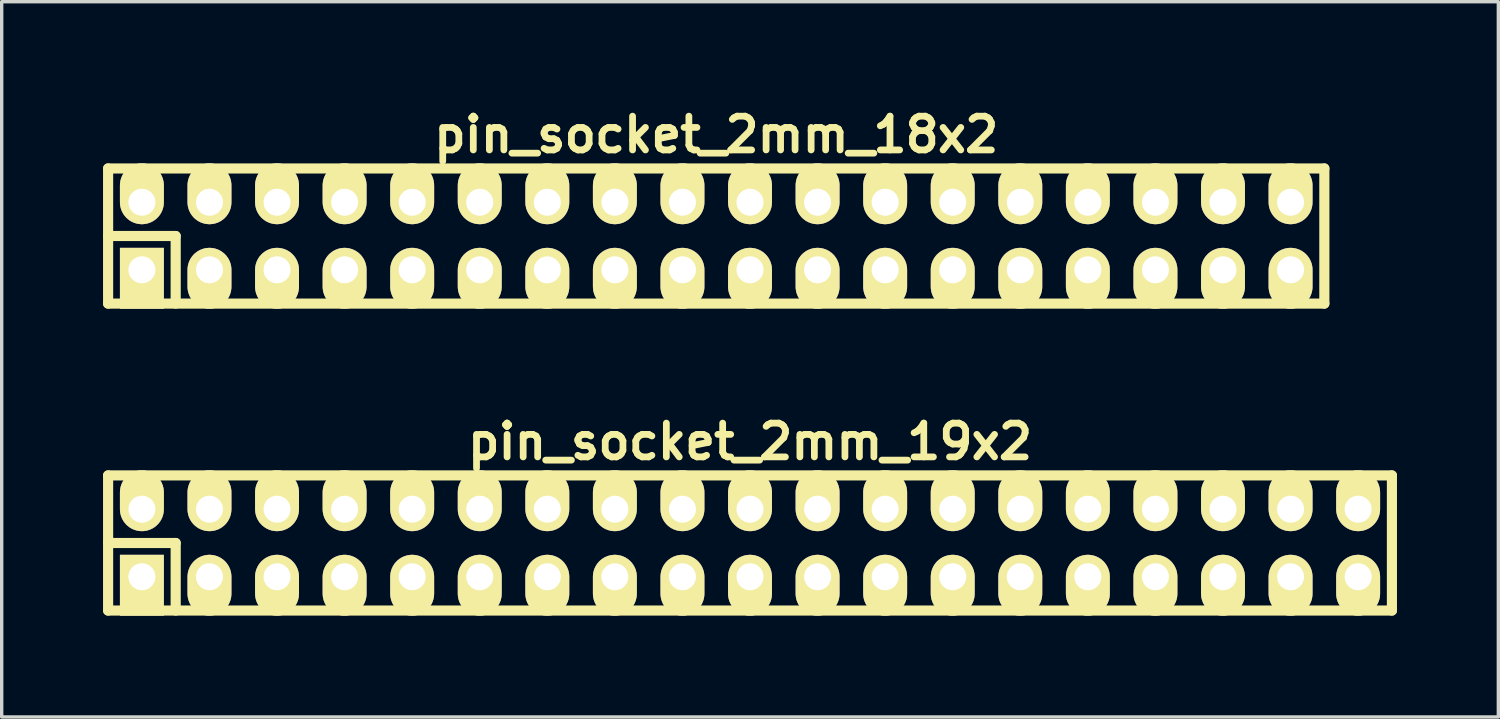
<source format=kicad_pcb>
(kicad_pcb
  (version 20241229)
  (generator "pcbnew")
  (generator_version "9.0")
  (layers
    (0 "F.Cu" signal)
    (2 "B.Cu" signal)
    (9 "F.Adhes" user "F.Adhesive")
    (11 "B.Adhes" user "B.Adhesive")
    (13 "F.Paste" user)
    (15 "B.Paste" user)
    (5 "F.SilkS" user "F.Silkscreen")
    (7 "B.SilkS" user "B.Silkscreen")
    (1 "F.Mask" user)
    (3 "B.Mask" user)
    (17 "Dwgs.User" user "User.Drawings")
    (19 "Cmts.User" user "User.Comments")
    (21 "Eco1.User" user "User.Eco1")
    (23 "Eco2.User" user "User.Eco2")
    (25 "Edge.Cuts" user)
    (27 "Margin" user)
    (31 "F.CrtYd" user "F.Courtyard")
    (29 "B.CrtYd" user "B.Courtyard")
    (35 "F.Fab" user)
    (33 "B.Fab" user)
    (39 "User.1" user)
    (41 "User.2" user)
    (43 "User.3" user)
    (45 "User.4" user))
  (footprint "pin_socket_2mm_19x2"
    (layer "F.Cu")
    (at 19.15 13.022)
    (property "Reference" "pin_socket_2mm_19x2" (at 0 -3 0) (layer "F.SilkS") (effects (font (size 1 1) (thickness 0.2))))
    (attr through_hole)
    (fp_line (start -19 -2) (end 19 -2) (stroke (width 0.3) (type solid)) (layer "F.SilkS"))
    (fp_line (start -19 0) (end -17 0) (stroke (width 0.3) (type solid)) (layer "F.SilkS"))
    (fp_line (start -19 2) (end -19 -2) (stroke (width 0.3) (type solid)) (layer "F.SilkS"))
    (fp_line (start -17 0) (end -17 2) (stroke (width 0.3) (type solid)) (layer "F.SilkS"))
    (fp_line (start 19 -2) (end 19 2) (stroke (width 0.3) (type solid)) (layer "F.SilkS"))
    (fp_line (start 19 2) (end -19 2) (stroke (width 0.3) (type solid)) (layer "F.SilkS"))
    (pad "1" thru_hole rect (at -18 1) (size 1.3 1.8) (drill 0.8 (offset 0 0.25)) (layers "*.Cu" "*.Mask" "F.SilkS"))
    (pad "2" thru_hole oval (at -18 -1) (size 1.3 1.8) (drill 0.8 (offset 0 -0.25)) (layers "*.Cu" "*.Mask" "F.SilkS"))
    (pad "3" thru_hole oval (at -16 1) (size 1.3 1.8) (drill 0.8 (offset 0 0.25)) (layers "*.Cu" "*.Mask" "F.SilkS"))
    (pad "4" thru_hole oval (at -16 -1) (size 1.3 1.8) (drill 0.8 (offset 0 -0.25)) (layers "*.Cu" "*.Mask" "F.SilkS"))
    (pad "5" thru_hole oval (at -14 1) (size 1.3 1.8) (drill 0.8 (offset 0 0.25)) (layers "*.Cu" "*.Mask" "F.SilkS"))
    (pad "6" thru_hole oval (at -14 -1) (size 1.3 1.8) (drill 0.8 (offset 0 -0.25)) (layers "*.Cu" "*.Mask" "F.SilkS"))
    (pad "7" thru_hole oval (at -12 1) (size 1.3 1.8) (drill 0.8 (offset 0 0.25)) (layers "*.Cu" "*.Mask" "F.SilkS"))
    (pad "8" thru_hole oval (at -12 -1) (size 1.3 1.8) (drill 0.8 (offset 0 -0.25)) (layers "*.Cu" "*.Mask" "F.SilkS"))
    (pad "9" thru_hole oval (at -10 1) (size 1.3 1.8) (drill 0.8 (offset 0 0.25)) (layers "*.Cu" "*.Mask" "F.SilkS"))
    (pad "10" thru_hole oval (at -10 -1) (size 1.3 1.8) (drill 0.8 (offset 0 -0.25)) (layers "*.Cu" "*.Mask" "F.SilkS"))
    (pad "11" thru_hole oval (at -8 1) (size 1.3 1.8) (drill 0.8 (offset 0 0.25)) (layers "*.Cu" "*.Mask" "F.SilkS"))
    (pad "12" thru_hole oval (at -8 -1) (size 1.3 1.8) (drill 0.8 (offset 0 -0.25)) (layers "*.Cu" "*.Mask" "F.SilkS"))
    (pad "13" thru_hole oval (at -6 1) (size 1.3 1.8) (drill 0.8 (offset 0 0.25)) (layers "*.Cu" "*.Mask" "F.SilkS"))
    (pad "14" thru_hole oval (at -6 -1) (size 1.3 1.8) (drill 0.8 (offset 0 -0.25)) (layers "*.Cu" "*.Mask" "F.SilkS"))
    (pad "15" thru_hole oval (at -4 1) (size 1.3 1.8) (drill 0.8 (offset 0 0.25)) (layers "*.Cu" "*.Mask" "F.SilkS"))
    (pad "16" thru_hole oval (at -4 -1) (size 1.3 1.8) (drill 0.8 (offset 0 -0.25)) (layers "*.Cu" "*.Mask" "F.SilkS"))
    (pad "17" thru_hole oval (at -2 1) (size 1.3 1.8) (drill 0.8 (offset 0 0.25)) (layers "*.Cu" "*.Mask" "F.SilkS"))
    (pad "18" thru_hole oval (at -2 -1) (size 1.3 1.8) (drill 0.8 (offset 0 -0.25)) (layers "*.Cu" "*.Mask" "F.SilkS"))
    (pad "19" thru_hole oval (at 0 1) (size 1.3 1.8) (drill 0.8 (offset 0 0.25)) (layers "*.Cu" "*.Mask" "F.SilkS"))
    (pad "20" thru_hole oval (at 0 -1) (size 1.3 1.8) (drill 0.8 (offset 0 -0.25)) (layers "*.Cu" "*.Mask" "F.SilkS"))
    (pad "21" thru_hole oval (at 2 1) (size 1.3 1.8) (drill 0.8 (offset 0 0.25)) (layers "*.Cu" "*.Mask" "F.SilkS"))
    (pad "22" thru_hole oval (at 2 -1) (size 1.3 1.8) (drill 0.8 (offset 0 -0.25)) (layers "*.Cu" "*.Mask" "F.SilkS"))
    (pad "23" thru_hole oval (at 4 1) (size 1.3 1.8) (drill 0.8 (offset 0 0.25)) (layers "*.Cu" "*.Mask" "F.SilkS"))
    (pad "24" thru_hole oval (at 4 -1) (size 1.3 1.8) (drill 0.8 (offset 0 -0.25)) (layers "*.Cu" "*.Mask" "F.SilkS"))
    (pad "25" thru_hole oval (at 6 1) (size 1.3 1.8) (drill 0.8 (offset 0 0.25)) (layers "*.Cu" "*.Mask" "F.SilkS"))
    (pad "26" thru_hole oval (at 6 -1) (size 1.3 1.8) (drill 0.8 (offset 0 -0.25)) (layers "*.Cu" "*.Mask" "F.SilkS"))
    (pad "27" thru_hole oval (at 8 1) (size 1.3 1.8) (drill 0.8 (offset 0 0.25)) (layers "*.Cu" "*.Mask" "F.SilkS"))
    (pad "28" thru_hole oval (at 8 -1) (size 1.3 1.8) (drill 0.8 (offset 0 -0.25)) (layers "*.Cu" "*.Mask" "F.SilkS"))
    (pad "29" thru_hole oval (at 10 1) (size 1.3 1.8) (drill 0.8 (offset 0 0.25)) (layers "*.Cu" "*.Mask" "F.SilkS"))
    (pad "30" thru_hole oval (at 10 -1) (size 1.3 1.8) (drill 0.8 (offset 0 -0.25)) (layers "*.Cu" "*.Mask" "F.SilkS"))
    (pad "31" thru_hole oval (at 12 1) (size 1.3 1.8) (drill 0.8 (offset 0 0.25)) (layers "*.Cu" "*.Mask" "F.SilkS"))
    (pad "32" thru_hole oval (at 12 -1) (size 1.3 1.8) (drill 0.8 (offset 0 -0.25)) (layers "*.Cu" "*.Mask" "F.SilkS"))
    (pad "33" thru_hole oval (at 14 1) (size 1.3 1.8) (drill 0.8 (offset 0 0.25)) (layers "*.Cu" "*.Mask" "F.SilkS"))
    (pad "34" thru_hole oval (at 14 -1) (size 1.3 1.8) (drill 0.8 (offset 0 -0.25)) (layers "*.Cu" "*.Mask" "F.SilkS"))
    (pad "35" thru_hole oval (at 16 1) (size 1.3 1.8) (drill 0.8 (offset 0 0.25)) (layers "*.Cu" "*.Mask" "F.SilkS"))
    (pad "36" thru_hole oval (at 16 -1) (size 1.3 1.8) (drill 0.8 (offset 0 -0.25)) (layers "*.Cu" "*.Mask" "F.SilkS"))
    (pad "37" thru_hole oval (at 18 1) (size 1.3 1.8) (drill 0.8 (offset 0 0.25)) (layers "*.Cu" "*.Mask" "F.SilkS"))
    (pad "38" thru_hole oval (at 18 -1) (size 1.3 1.8) (drill 0.8 (offset 0 -0.25)) (layers "*.Cu" "*.Mask" "F.SilkS")))
  (footprint "pin_socket_2mm_18x2"
    (layer "F.Cu")
    (at 18.15 3.936)
    (property "Reference" "pin_socket_2mm_18x2" (at 0 -3 0) (layer "F.SilkS") (effects (font (size 1 1) (thickness 0.2))))
    (attr through_hole)
    (fp_line (start -18 -2) (end 18 -2) (stroke (width 0.3) (type solid)) (layer "F.SilkS"))
    (fp_line (start -18 0) (end -16 0) (stroke (width 0.3) (type solid)) (layer "F.SilkS"))
    (fp_line (start -18 2) (end -18 -2) (stroke (width 0.3) (type solid)) (layer "F.SilkS"))
    (fp_line (start -16 0) (end -16 2) (stroke (width 0.3) (type solid)) (layer "F.SilkS"))
    (fp_line (start 18 -2) (end 18 2) (stroke (width 0.3) (type solid)) (layer "F.SilkS"))
    (fp_line (start 18 2) (end -18 2) (stroke (width 0.3) (type solid)) (layer "F.SilkS"))
    (pad "1" thru_hole rect (at -17 1) (size 1.3 1.8) (drill 0.8 (offset 0 0.25)) (layers "*.Cu" "*.Mask" "F.SilkS"))
    (pad "2" thru_hole oval (at -17 -1) (size 1.3 1.8) (drill 0.8 (offset 0 -0.25)) (layers "*.Cu" "*.Mask" "F.SilkS"))
    (pad "3" thru_hole oval (at -15 1) (size 1.3 1.8) (drill 0.8 (offset 0 0.25)) (layers "*.Cu" "*.Mask" "F.SilkS"))
    (pad "4" thru_hole oval (at -15 -1) (size 1.3 1.8) (drill 0.8 (offset 0 -0.25)) (layers "*.Cu" "*.Mask" "F.SilkS"))
    (pad "5" thru_hole oval (at -13 1) (size 1.3 1.8) (drill 0.8 (offset 0 0.25)) (layers "*.Cu" "*.Mask" "F.SilkS"))
    (pad "6" thru_hole oval (at -13 -1) (size 1.3 1.8) (drill 0.8 (offset 0 -0.25)) (layers "*.Cu" "*.Mask" "F.SilkS"))
    (pad "7" thru_hole oval (at -11 1) (size 1.3 1.8) (drill 0.8 (offset 0 0.25)) (layers "*.Cu" "*.Mask" "F.SilkS"))
    (pad "8" thru_hole oval (at -11 -1) (size 1.3 1.8) (drill 0.8 (offset 0 -0.25)) (layers "*.Cu" "*.Mask" "F.SilkS"))
    (pad "9" thru_hole oval (at -9 1) (size 1.3 1.8) (drill 0.8 (offset 0 0.25)) (layers "*.Cu" "*.Mask" "F.SilkS"))
    (pad "10" thru_hole oval (at -9 -1) (size 1.3 1.8) (drill 0.8 (offset 0 -0.25)) (layers "*.Cu" "*.Mask" "F.SilkS"))
    (pad "11" thru_hole oval (at -7 1) (size 1.3 1.8) (drill 0.8 (offset 0 0.25)) (layers "*.Cu" "*.Mask" "F.SilkS"))
    (pad "12" thru_hole oval (at -7 -1) (size 1.3 1.8) (drill 0.8 (offset 0 -0.25)) (layers "*.Cu" "*.Mask" "F.SilkS"))
    (pad "13" thru_hole oval (at -5 1) (size 1.3 1.8) (drill 0.8 (offset 0 0.25)) (layers "*.Cu" "*.Mask" "F.SilkS"))
    (pad "14" thru_hole oval (at -5 -1) (size 1.3 1.8) (drill 0.8 (offset 0 -0.25)) (layers "*.Cu" "*.Mask" "F.SilkS"))
    (pad "15" thru_hole oval (at -3 1) (size 1.3 1.8) (drill 0.8 (offset 0 0.25)) (layers "*.Cu" "*.Mask" "F.SilkS"))
    (pad "16" thru_hole oval (at -3 -1) (size 1.3 1.8) (drill 0.8 (offset 0 -0.25)) (layers "*.Cu" "*.Mask" "F.SilkS"))
    (pad "17" thru_hole oval (at -1 1) (size 1.3 1.8) (drill 0.8 (offset 0 0.25)) (layers "*.Cu" "*.Mask" "F.SilkS"))
    (pad "18" thru_hole oval (at -1 -1) (size 1.3 1.8) (drill 0.8 (offset 0 -0.25)) (layers "*.Cu" "*.Mask" "F.SilkS"))
    (pad "19" thru_hole oval (at 1 1) (size 1.3 1.8) (drill 0.8 (offset 0 0.25)) (layers "*.Cu" "*.Mask" "F.SilkS"))
    (pad "20" thru_hole oval (at 1 -1) (size 1.3 1.8) (drill 0.8 (offset 0 -0.25)) (layers "*.Cu" "*.Mask" "F.SilkS"))
    (pad "21" thru_hole oval (at 3 1) (size 1.3 1.8) (drill 0.8 (offset 0 0.25)) (layers "*.Cu" "*.Mask" "F.SilkS"))
    (pad "22" thru_hole oval (at 3 -1) (size 1.3 1.8) (drill 0.8 (offset 0 -0.25)) (layers "*.Cu" "*.Mask" "F.SilkS"))
    (pad "23" thru_hole oval (at 5 1) (size 1.3 1.8) (drill 0.8 (offset 0 0.25)) (layers "*.Cu" "*.Mask" "F.SilkS"))
    (pad "24" thru_hole oval (at 5 -1) (size 1.3 1.8) (drill 0.8 (offset 0 -0.25)) (layers "*.Cu" "*.Mask" "F.SilkS"))
    (pad "25" thru_hole oval (at 7 1) (size 1.3 1.8) (drill 0.8 (offset 0 0.25)) (layers "*.Cu" "*.Mask" "F.SilkS"))
    (pad "26" thru_hole oval (at 7 -1) (size 1.3 1.8) (drill 0.8 (offset 0 -0.25)) (layers "*.Cu" "*.Mask" "F.SilkS"))
    (pad "27" thru_hole oval (at 9 1) (size 1.3 1.8) (drill 0.8 (offset 0 0.25)) (layers "*.Cu" "*.Mask" "F.SilkS"))
    (pad "28" thru_hole oval (at 9 -1) (size 1.3 1.8) (drill 0.8 (offset 0 -0.25)) (layers "*.Cu" "*.Mask" "F.SilkS"))
    (pad "29" thru_hole oval (at 11 1) (size 1.3 1.8) (drill 0.8 (offset 0 0.25)) (layers "*.Cu" "*.Mask" "F.SilkS"))
    (pad "30" thru_hole oval (at 11 -1) (size 1.3 1.8) (drill 0.8 (offset 0 -0.25)) (layers "*.Cu" "*.Mask" "F.SilkS"))
    (pad "31" thru_hole oval (at 13 1) (size 1.3 1.8) (drill 0.8 (offset 0 0.25)) (layers "*.Cu" "*.Mask" "F.SilkS"))
    (pad "32" thru_hole oval (at 13 -1) (size 1.3 1.8) (drill 0.8 (offset 0 -0.25)) (layers "*.Cu" "*.Mask" "F.SilkS"))
    (pad "33" thru_hole oval (at 15 1) (size 1.3 1.8) (drill 0.8 (offset 0 0.25)) (layers "*.Cu" "*.Mask" "F.SilkS"))
    (pad "34" thru_hole oval (at 15 -1) (size 1.3 1.8) (drill 0.8 (offset 0 -0.25)) (layers "*.Cu" "*.Mask" "F.SilkS"))
    (pad "35" thru_hole oval (at 17 1) (size 1.3 1.8) (drill 0.8 (offset 0 0.25)) (layers "*.Cu" "*.Mask" "F.SilkS"))
    (pad "36" thru_hole oval (at 17 -1) (size 1.3 1.8) (drill 0.8 (offset 0 -0.25)) (layers "*.Cu" "*.Mask" "F.SilkS")))
  (gr_rect
    (start -3 -3)
    (end 41.3 18.172)
    (stroke (width 0.1) (type default))
    (fill no)
    (layer "Edge.Cuts")))
</source>
